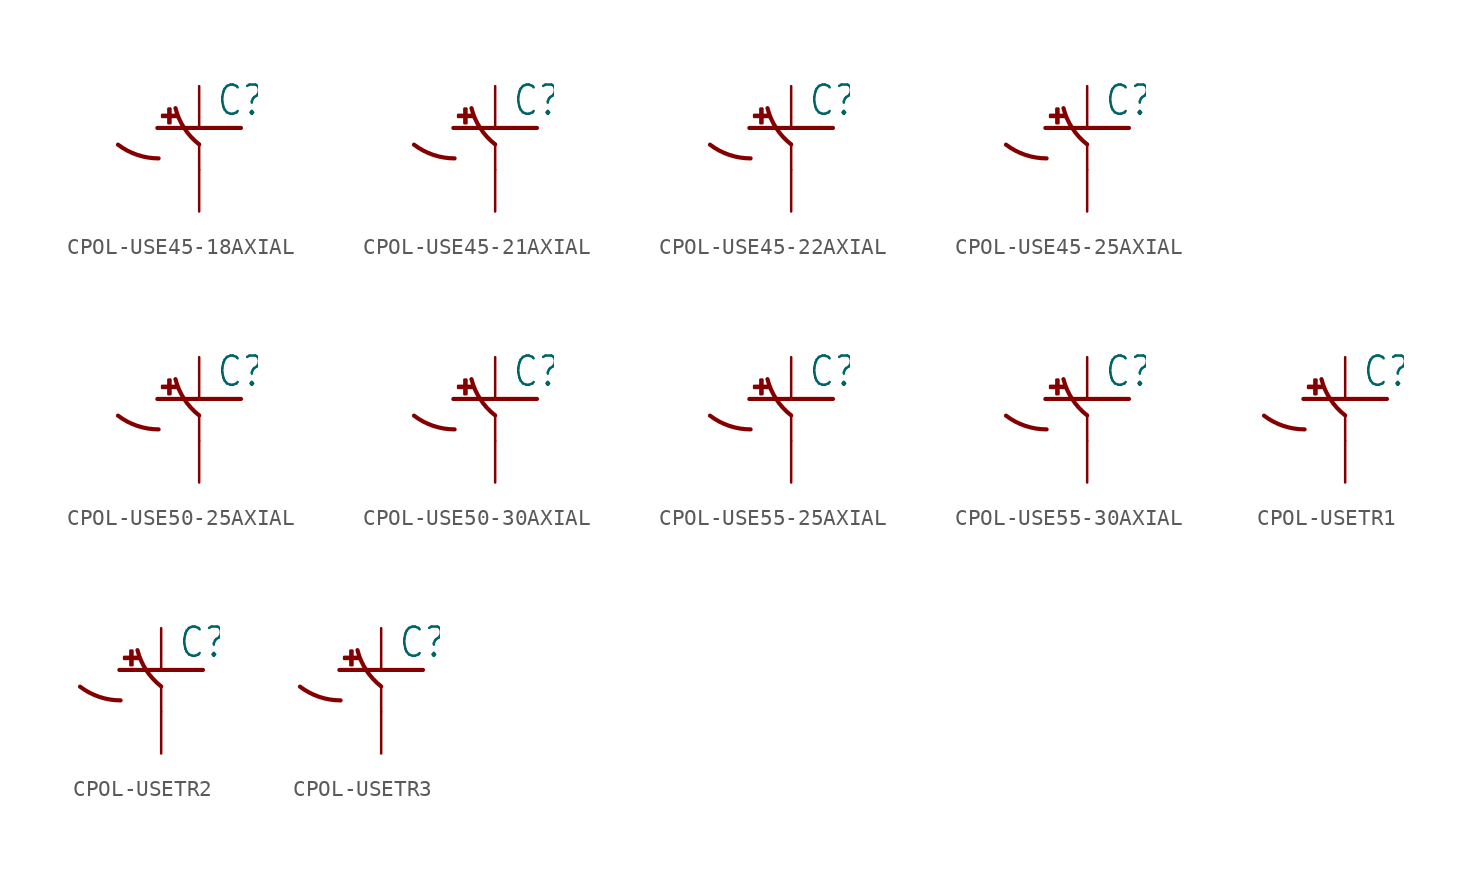
<source format=kicad_sym>
(kicad_symbol_lib
  (version 20241209)
  (generator "kicad_symbol_editor")
  (generator_version "9.0")
  (symbol "CPOL-USE45-18AXIAL"
    (property "Reference" "C"
      (at 1.016 0.635 0)
      (effects (font (size 1.778 1.511)) (justify left bottom)))
    (property "Value" ""
      (at 1.016 -4.191 0)
      (effects (font (size 1.778 1.511)) (justify left bottom)))
    (property "ki_locked" ""
      (at 0 0 0)
      (effects (font (size 1.27 1.27))))
    (symbol "CPOL-USE45-18AXIAL_1_0"
      (polyline (pts (xy -2.54 0) (xy 2.54 0)) (stroke (width 0.254) (type solid)) (fill (type none)))
      (arc (start -2.4669 -1.8504) (mid -3.7689 -1.6361) (end -4.9337 -1.0159) (stroke (width 0.254) (type solid)) (fill (type none)))
      (rectangle (start -2.253 0.668) (end -1.364 0.795) (stroke (width 0) (type default)) (fill (type outline)))
      (rectangle (start -1.872 0.287) (end -1.745 1.176) (stroke (width 0) (type default)) (fill (type outline)))
      (polyline (pts (xy 0 -1.016) (xy 0 -2.54)) (stroke (width 0.152) (type solid)) (fill (type none)))
      (arc (start 0 -1) (mid -0.9038 -0.0189) (end -1.4403 1.2025) (stroke (width 0.254) (type solid)) (fill (type none)))
      (pin passive line (at 0 2.54 270) (length 2.54) (name "+" (effects (font (size 0 0)))) (number "+" (effects (font (size 0 0)))))
      (pin passive line (at 0 -5.08 90) (length 2.54) (name "-" (effects (font (size 0 0)))) (number "-" (effects (font (size 0 0)))))))
  (symbol "CPOL-USE45-21AXIAL"
    (property "Reference" "C"
      (at 1.016 0.635 0)
      (effects (font (size 1.778 1.511)) (justify left bottom)))
    (property "Value" ""
      (at 1.016 -4.191 0)
      (effects (font (size 1.778 1.511)) (justify left bottom)))
    (property "ki_locked" ""
      (at 0 0 0)
      (effects (font (size 1.27 1.27))))
    (symbol "CPOL-USE45-21AXIAL_1_0"
      (polyline (pts (xy -2.54 0) (xy 2.54 0)) (stroke (width 0.254) (type solid)) (fill (type none)))
      (arc (start -2.4669 -1.8504) (mid -3.7689 -1.6361) (end -4.9337 -1.0159) (stroke (width 0.254) (type solid)) (fill (type none)))
      (rectangle (start -2.253 0.668) (end -1.364 0.795) (stroke (width 0) (type default)) (fill (type outline)))
      (rectangle (start -1.872 0.287) (end -1.745 1.176) (stroke (width 0) (type default)) (fill (type outline)))
      (polyline (pts (xy 0 -1.016) (xy 0 -2.54)) (stroke (width 0.152) (type solid)) (fill (type none)))
      (arc (start 0 -1) (mid -0.9038 -0.0189) (end -1.4403 1.2025) (stroke (width 0.254) (type solid)) (fill (type none)))
      (pin passive line (at 0 2.54 270) (length 2.54) (name "+" (effects (font (size 0 0)))) (number "+" (effects (font (size 0 0)))))
      (pin passive line (at 0 -5.08 90) (length 2.54) (name "-" (effects (font (size 0 0)))) (number "-" (effects (font (size 0 0)))))))
  (symbol "CPOL-USE45-22AXIAL"
    (property "Reference" "C"
      (at 1.016 0.635 0)
      (effects (font (size 1.778 1.511)) (justify left bottom)))
    (property "Value" ""
      (at 1.016 -4.191 0)
      (effects (font (size 1.778 1.511)) (justify left bottom)))
    (property "ki_locked" ""
      (at 0 0 0)
      (effects (font (size 1.27 1.27))))
    (symbol "CPOL-USE45-22AXIAL_1_0"
      (polyline (pts (xy -2.54 0) (xy 2.54 0)) (stroke (width 0.254) (type solid)) (fill (type none)))
      (arc (start -2.4669 -1.8504) (mid -3.7689 -1.6361) (end -4.9337 -1.0159) (stroke (width 0.254) (type solid)) (fill (type none)))
      (rectangle (start -2.253 0.668) (end -1.364 0.795) (stroke (width 0) (type default)) (fill (type outline)))
      (rectangle (start -1.872 0.287) (end -1.745 1.176) (stroke (width 0) (type default)) (fill (type outline)))
      (polyline (pts (xy 0 -1.016) (xy 0 -2.54)) (stroke (width 0.152) (type solid)) (fill (type none)))
      (arc (start 0 -1) (mid -0.9038 -0.0189) (end -1.4403 1.2025) (stroke (width 0.254) (type solid)) (fill (type none)))
      (pin passive line (at 0 2.54 270) (length 2.54) (name "+" (effects (font (size 0 0)))) (number "+" (effects (font (size 0 0)))))
      (pin passive line (at 0 -5.08 90) (length 2.54) (name "-" (effects (font (size 0 0)))) (number "-" (effects (font (size 0 0)))))))
  (symbol "CPOL-USE45-25AXIAL"
    (property "Reference" "C"
      (at 1.016 0.635 0)
      (effects (font (size 1.778 1.511)) (justify left bottom)))
    (property "Value" ""
      (at 1.016 -4.191 0)
      (effects (font (size 1.778 1.511)) (justify left bottom)))
    (property "ki_locked" ""
      (at 0 0 0)
      (effects (font (size 1.27 1.27))))
    (symbol "CPOL-USE45-25AXIAL_1_0"
      (polyline (pts (xy -2.54 0) (xy 2.54 0)) (stroke (width 0.254) (type solid)) (fill (type none)))
      (arc (start -2.4669 -1.8504) (mid -3.7689 -1.6361) (end -4.9337 -1.0159) (stroke (width 0.254) (type solid)) (fill (type none)))
      (rectangle (start -2.253 0.668) (end -1.364 0.795) (stroke (width 0) (type default)) (fill (type outline)))
      (rectangle (start -1.872 0.287) (end -1.745 1.176) (stroke (width 0) (type default)) (fill (type outline)))
      (polyline (pts (xy 0 -1.016) (xy 0 -2.54)) (stroke (width 0.152) (type solid)) (fill (type none)))
      (arc (start 0 -1) (mid -0.9038 -0.0189) (end -1.4403 1.2025) (stroke (width 0.254) (type solid)) (fill (type none)))
      (pin passive line (at 0 2.54 270) (length 2.54) (name "+" (effects (font (size 0 0)))) (number "+" (effects (font (size 0 0)))))
      (pin passive line (at 0 -5.08 90) (length 2.54) (name "-" (effects (font (size 0 0)))) (number "-" (effects (font (size 0 0)))))))
  (symbol "CPOL-USE50-25AXIAL"
    (property "Reference" "C"
      (at 1.016 0.635 0)
      (effects (font (size 1.778 1.511)) (justify left bottom)))
    (property "Value" ""
      (at 1.016 -4.191 0)
      (effects (font (size 1.778 1.511)) (justify left bottom)))
    (property "ki_locked" ""
      (at 0 0 0)
      (effects (font (size 1.27 1.27))))
    (symbol "CPOL-USE50-25AXIAL_1_0"
      (polyline (pts (xy -2.54 0) (xy 2.54 0)) (stroke (width 0.254) (type solid)) (fill (type none)))
      (arc (start -2.4669 -1.8504) (mid -3.7689 -1.6361) (end -4.9337 -1.0159) (stroke (width 0.254) (type solid)) (fill (type none)))
      (rectangle (start -2.253 0.668) (end -1.364 0.795) (stroke (width 0) (type default)) (fill (type outline)))
      (rectangle (start -1.872 0.287) (end -1.745 1.176) (stroke (width 0) (type default)) (fill (type outline)))
      (polyline (pts (xy 0 -1.016) (xy 0 -2.54)) (stroke (width 0.152) (type solid)) (fill (type none)))
      (arc (start 0 -1) (mid -0.9038 -0.0189) (end -1.4403 1.2025) (stroke (width 0.254) (type solid)) (fill (type none)))
      (pin passive line (at 0 2.54 270) (length 2.54) (name "+" (effects (font (size 0 0)))) (number "+" (effects (font (size 0 0)))))
      (pin passive line (at 0 -5.08 90) (length 2.54) (name "-" (effects (font (size 0 0)))) (number "-" (effects (font (size 0 0)))))))
  (symbol "CPOL-USE50-30AXIAL"
    (property "Reference" "C"
      (at 1.016 0.635 0)
      (effects (font (size 1.778 1.511)) (justify left bottom)))
    (property "Value" ""
      (at 1.016 -4.191 0)
      (effects (font (size 1.778 1.511)) (justify left bottom)))
    (property "ki_locked" ""
      (at 0 0 0)
      (effects (font (size 1.27 1.27))))
    (symbol "CPOL-USE50-30AXIAL_1_0"
      (polyline (pts (xy -2.54 0) (xy 2.54 0)) (stroke (width 0.254) (type solid)) (fill (type none)))
      (arc (start -2.4669 -1.8504) (mid -3.7689 -1.6361) (end -4.9337 -1.0159) (stroke (width 0.254) (type solid)) (fill (type none)))
      (rectangle (start -2.253 0.668) (end -1.364 0.795) (stroke (width 0) (type default)) (fill (type outline)))
      (rectangle (start -1.872 0.287) (end -1.745 1.176) (stroke (width 0) (type default)) (fill (type outline)))
      (polyline (pts (xy 0 -1.016) (xy 0 -2.54)) (stroke (width 0.152) (type solid)) (fill (type none)))
      (arc (start 0 -1) (mid -0.9038 -0.0189) (end -1.4403 1.2025) (stroke (width 0.254) (type solid)) (fill (type none)))
      (pin passive line (at 0 2.54 270) (length 2.54) (name "+" (effects (font (size 0 0)))) (number "+" (effects (font (size 0 0)))))
      (pin passive line (at 0 -5.08 90) (length 2.54) (name "-" (effects (font (size 0 0)))) (number "-" (effects (font (size 0 0)))))))
  (symbol "CPOL-USE55-25AXIAL"
    (property "Reference" "C"
      (at 1.016 0.635 0)
      (effects (font (size 1.778 1.511)) (justify left bottom)))
    (property "Value" ""
      (at 1.016 -4.191 0)
      (effects (font (size 1.778 1.511)) (justify left bottom)))
    (property "ki_locked" ""
      (at 0 0 0)
      (effects (font (size 1.27 1.27))))
    (symbol "CPOL-USE55-25AXIAL_1_0"
      (polyline (pts (xy -2.54 0) (xy 2.54 0)) (stroke (width 0.254) (type solid)) (fill (type none)))
      (arc (start -2.4669 -1.8504) (mid -3.7689 -1.6361) (end -4.9337 -1.0159) (stroke (width 0.254) (type solid)) (fill (type none)))
      (rectangle (start -2.253 0.668) (end -1.364 0.795) (stroke (width 0) (type default)) (fill (type outline)))
      (rectangle (start -1.872 0.287) (end -1.745 1.176) (stroke (width 0) (type default)) (fill (type outline)))
      (polyline (pts (xy 0 -1.016) (xy 0 -2.54)) (stroke (width 0.152) (type solid)) (fill (type none)))
      (arc (start 0 -1) (mid -0.9038 -0.0189) (end -1.4403 1.2025) (stroke (width 0.254) (type solid)) (fill (type none)))
      (pin passive line (at 0 2.54 270) (length 2.54) (name "+" (effects (font (size 0 0)))) (number "+" (effects (font (size 0 0)))))
      (pin passive line (at 0 -5.08 90) (length 2.54) (name "-" (effects (font (size 0 0)))) (number "-" (effects (font (size 0 0)))))))
  (symbol "CPOL-USE55-30AXIAL"
    (property "Reference" "C"
      (at 1.016 0.635 0)
      (effects (font (size 1.778 1.511)) (justify left bottom)))
    (property "Value" ""
      (at 1.016 -4.191 0)
      (effects (font (size 1.778 1.511)) (justify left bottom)))
    (property "ki_locked" ""
      (at 0 0 0)
      (effects (font (size 1.27 1.27))))
    (symbol "CPOL-USE55-30AXIAL_1_0"
      (polyline (pts (xy -2.54 0) (xy 2.54 0)) (stroke (width 0.254) (type solid)) (fill (type none)))
      (arc (start -2.4669 -1.8504) (mid -3.7689 -1.6361) (end -4.9337 -1.0159) (stroke (width 0.254) (type solid)) (fill (type none)))
      (rectangle (start -2.253 0.668) (end -1.364 0.795) (stroke (width 0) (type default)) (fill (type outline)))
      (rectangle (start -1.872 0.287) (end -1.745 1.176) (stroke (width 0) (type default)) (fill (type outline)))
      (polyline (pts (xy 0 -1.016) (xy 0 -2.54)) (stroke (width 0.152) (type solid)) (fill (type none)))
      (arc (start 0 -1) (mid -0.9038 -0.0189) (end -1.4403 1.2025) (stroke (width 0.254) (type solid)) (fill (type none)))
      (pin passive line (at 0 2.54 270) (length 2.54) (name "+" (effects (font (size 0 0)))) (number "+" (effects (font (size 0 0)))))
      (pin passive line (at 0 -5.08 90) (length 2.54) (name "-" (effects (font (size 0 0)))) (number "-" (effects (font (size 0 0)))))))
  (symbol "CPOL-USETR1"
    (property "Reference" "C"
      (at 1.016 0.635 0)
      (effects (font (size 1.778 1.511)) (justify left bottom)))
    (property "Value" ""
      (at 1.016 -4.191 0)
      (effects (font (size 1.778 1.511)) (justify left bottom)))
    (property "ki_locked" ""
      (at 0 0 0)
      (effects (font (size 1.27 1.27))))
    (symbol "CPOL-USETR1_1_0"
      (polyline (pts (xy -2.54 0) (xy 2.54 0)) (stroke (width 0.254) (type solid)) (fill (type none)))
      (arc (start -2.4669 -1.8504) (mid -3.7689 -1.6361) (end -4.9337 -1.0159) (stroke (width 0.254) (type solid)) (fill (type none)))
      (rectangle (start -2.253 0.668) (end -1.364 0.795) (stroke (width 0) (type default)) (fill (type outline)))
      (rectangle (start -1.872 0.287) (end -1.745 1.176) (stroke (width 0) (type default)) (fill (type outline)))
      (polyline (pts (xy 0 -1.016) (xy 0 -2.54)) (stroke (width 0.152) (type solid)) (fill (type none)))
      (arc (start 0 -1) (mid -0.9038 -0.0189) (end -1.4403 1.2025) (stroke (width 0.254) (type solid)) (fill (type none)))
      (pin passive line (at 0 2.54 270) (length 2.54) (name "+" (effects (font (size 0 0)))) (number "+" (effects (font (size 0 0)))))
      (pin passive line (at 0 -5.08 90) (length 2.54) (name "-" (effects (font (size 0 0)))) (number "-" (effects (font (size 0 0)))))))
  (symbol "CPOL-USETR2"
    (property "Reference" "C"
      (at 1.016 0.635 0)
      (effects (font (size 1.778 1.511)) (justify left bottom)))
    (property "Value" ""
      (at 1.016 -4.191 0)
      (effects (font (size 1.778 1.511)) (justify left bottom)))
    (property "ki_locked" ""
      (at 0 0 0)
      (effects (font (size 1.27 1.27))))
    (symbol "CPOL-USETR2_1_0"
      (polyline (pts (xy -2.54 0) (xy 2.54 0)) (stroke (width 0.254) (type solid)) (fill (type none)))
      (arc (start -2.4669 -1.8504) (mid -3.7689 -1.6361) (end -4.9337 -1.0159) (stroke (width 0.254) (type solid)) (fill (type none)))
      (rectangle (start -2.253 0.668) (end -1.364 0.795) (stroke (width 0) (type default)) (fill (type outline)))
      (rectangle (start -1.872 0.287) (end -1.745 1.176) (stroke (width 0) (type default)) (fill (type outline)))
      (polyline (pts (xy 0 -1.016) (xy 0 -2.54)) (stroke (width 0.152) (type solid)) (fill (type none)))
      (arc (start 0 -1) (mid -0.9038 -0.0189) (end -1.4403 1.2025) (stroke (width 0.254) (type solid)) (fill (type none)))
      (pin passive line (at 0 2.54 270) (length 2.54) (name "+" (effects (font (size 0 0)))) (number "+" (effects (font (size 0 0)))))
      (pin passive line (at 0 -5.08 90) (length 2.54) (name "-" (effects (font (size 0 0)))) (number "-" (effects (font (size 0 0)))))))
  (symbol "CPOL-USETR3"
    (property "Reference" "C"
      (at 1.016 0.635 0)
      (effects (font (size 1.778 1.511)) (justify left bottom)))
    (property "Value" ""
      (at 1.016 -4.191 0)
      (effects (font (size 1.778 1.511)) (justify left bottom)))
    (property "ki_locked" ""
      (at 0 0 0)
      (effects (font (size 1.27 1.27))))
    (symbol "CPOL-USETR3_1_0"
      (polyline (pts (xy -2.54 0) (xy 2.54 0)) (stroke (width 0.254) (type solid)) (fill (type none)))
      (arc (start -2.4669 -1.8504) (mid -3.7689 -1.6361) (end -4.9337 -1.0159) (stroke (width 0.254) (type solid)) (fill (type none)))
      (rectangle (start -2.253 0.668) (end -1.364 0.795) (stroke (width 0) (type default)) (fill (type outline)))
      (rectangle (start -1.872 0.287) (end -1.745 1.176) (stroke (width 0) (type default)) (fill (type outline)))
      (polyline (pts (xy 0 -1.016) (xy 0 -2.54)) (stroke (width 0.152) (type solid)) (fill (type none)))
      (arc (start 0 -1) (mid -0.9038 -0.0189) (end -1.4403 1.2025) (stroke (width 0.254) (type solid)) (fill (type none)))
      (pin passive line (at 0 2.54 270) (length 2.54) (name "+" (effects (font (size 0 0)))) (number "+" (effects (font (size 0 0)))))
      (pin passive line (at 0 -5.08 90) (length 2.54) (name "-" (effects (font (size 0 0)))) (number "-" (effects (font (size 0 0))))))))
</source>
